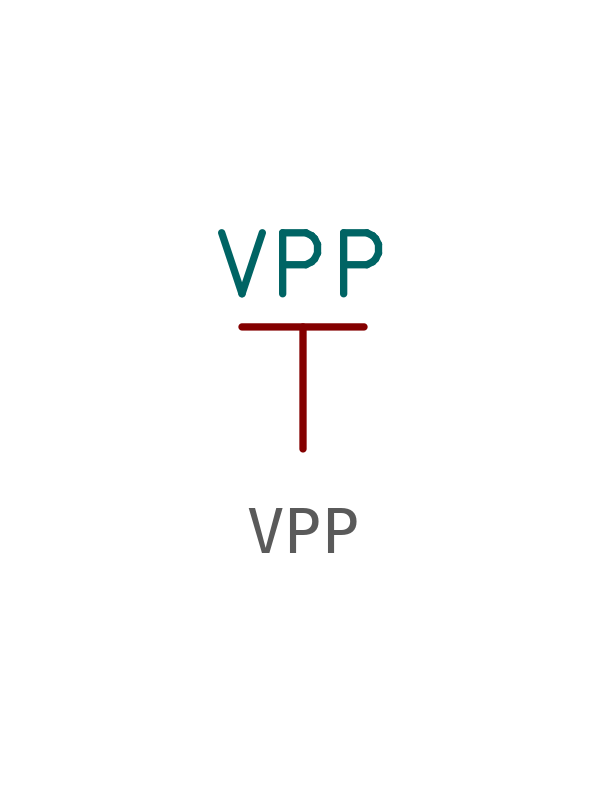
<source format=kicad_sym>
(kicad_symbol_lib
  (version 20220914)
  (generator kicad_symbol_editor)
  (symbol "VPP"
    (power)
    (pin_names
      (offset 0))
    (property "Reference" "#PWR"
      (at 0 -3.81 0)
      (effects (font (size 1.27 1.27)) hide))
    (property "Value" "VPP"
      (at 0 3.81 0)
      (effects (font (size 1.27 1.27))))
    (symbol "VPP_1_1"
      (polyline (pts (xy -1.27 2.54) (xy 1.27 2.54)) (stroke (width 0) (type solid)) (fill (type none)))
      (polyline (pts (xy 0 0) (xy 0 2.54)) (stroke (width 0) (type solid)) (fill (type none)))
      (pin power_in line (at 0 0 90) (length 0) hide (name "VPP" (effects (font (size 1.27 1.27)))) (number "1" (effects (font (size 1.27 1.27))))))))
</source>
